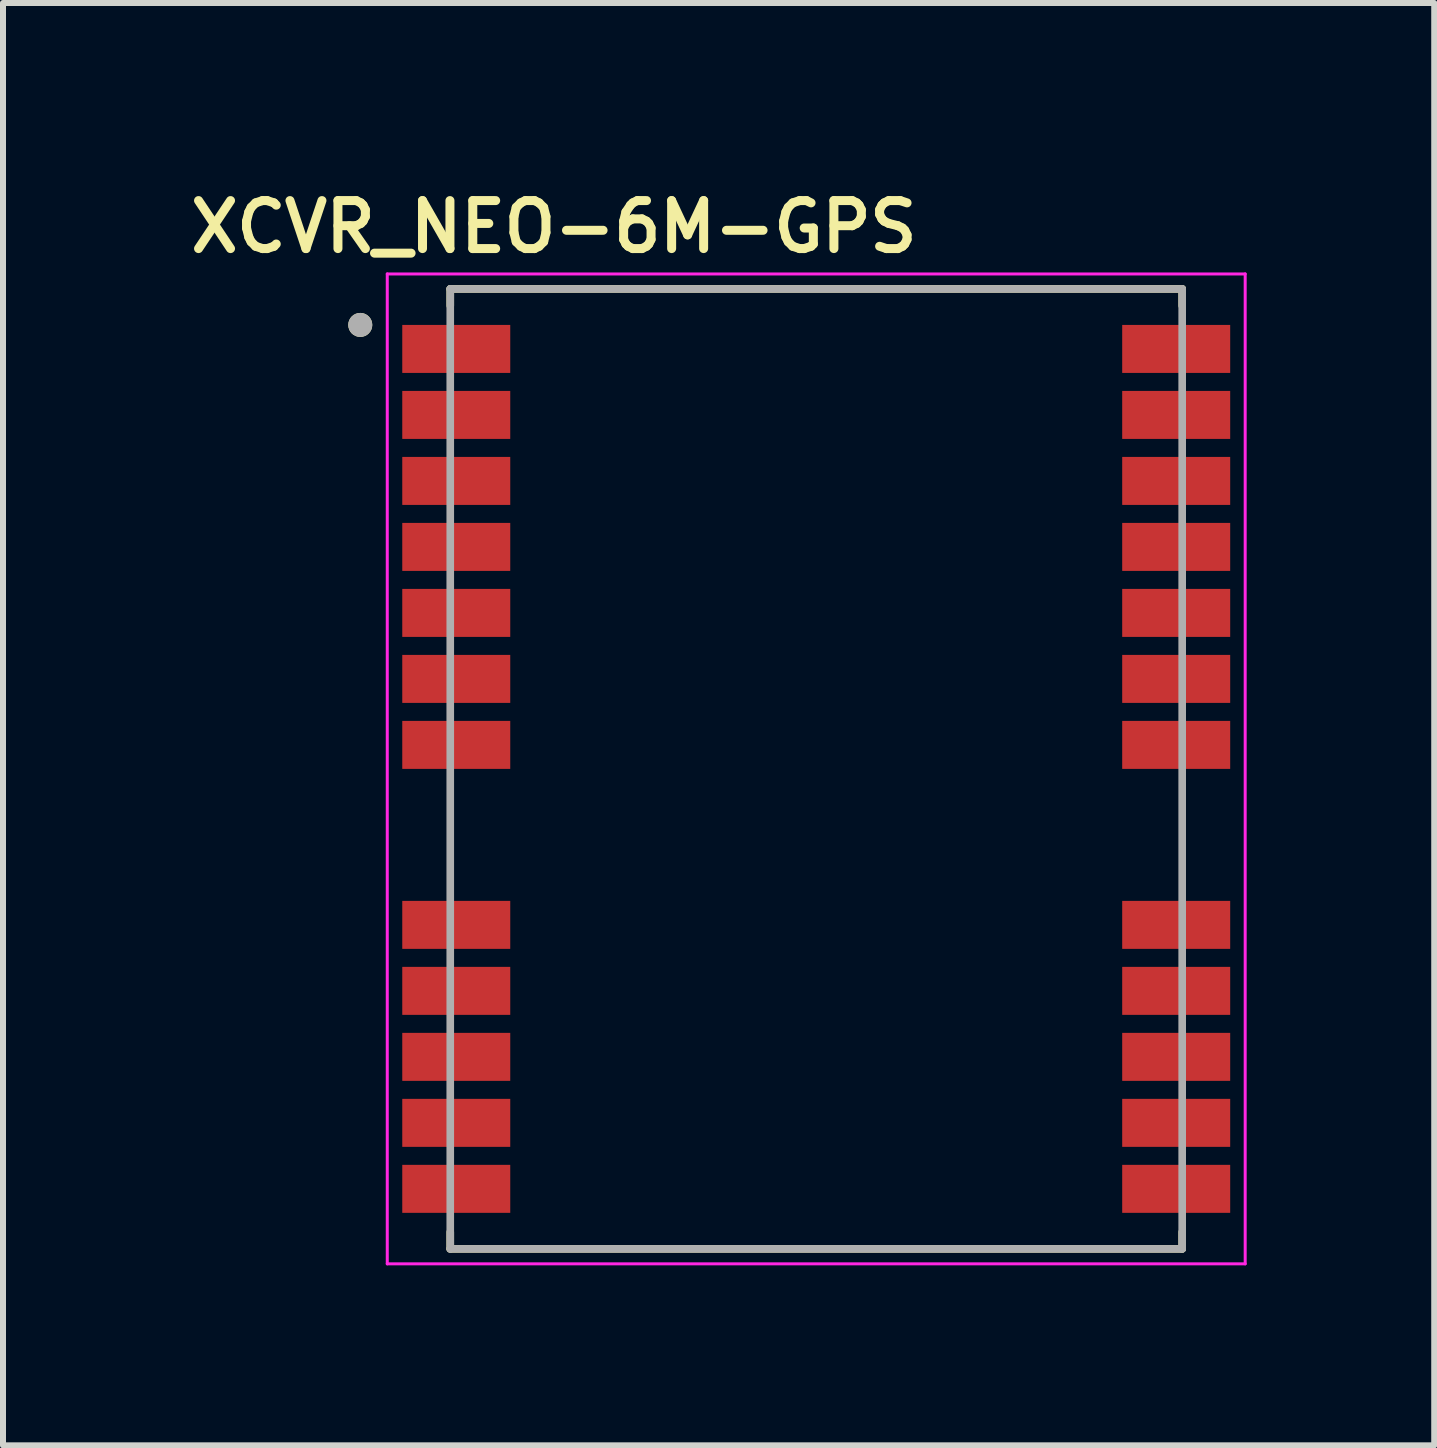
<source format=kicad_pcb>
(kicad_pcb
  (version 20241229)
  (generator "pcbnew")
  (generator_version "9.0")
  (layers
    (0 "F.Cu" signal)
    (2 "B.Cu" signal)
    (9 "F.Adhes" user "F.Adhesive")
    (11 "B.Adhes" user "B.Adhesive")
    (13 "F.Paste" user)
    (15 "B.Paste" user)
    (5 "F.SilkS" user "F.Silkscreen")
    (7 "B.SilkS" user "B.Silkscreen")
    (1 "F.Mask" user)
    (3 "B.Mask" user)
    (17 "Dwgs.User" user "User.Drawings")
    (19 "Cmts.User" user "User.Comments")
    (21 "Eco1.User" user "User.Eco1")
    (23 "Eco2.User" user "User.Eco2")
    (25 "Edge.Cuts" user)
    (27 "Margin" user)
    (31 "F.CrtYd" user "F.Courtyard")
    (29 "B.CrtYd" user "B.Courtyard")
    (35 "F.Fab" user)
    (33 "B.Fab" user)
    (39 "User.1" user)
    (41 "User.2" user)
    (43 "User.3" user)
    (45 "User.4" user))
  (footprint "XCVR_NEO-6M-GPS"
    (layer "F.Cu")
    (at 10.555 9.766)
    (property "Reference" "XCVR_NEO-6M-GPS" (at -4.372 -9.035 0) (layer "F.SilkS") (effects (font (size 0.8 0.8) (thickness 0.15))))
    (attr smd)
    (fp_line (start -6.1 -8) (end 6.1 -8) (stroke (width 0.127) (type solid)) (layer "F.SilkS"))
    (fp_line (start -6.1 -7.72) (end -6.1 -8) (stroke (width 0.127) (type solid)) (layer "F.SilkS"))
    (fp_line (start -6.1 7.72) (end -6.1 8) (stroke (width 0.127) (type solid)) (layer "F.SilkS"))
    (fp_line (start -6.1 8) (end 6.1 8) (stroke (width 0.127) (type solid)) (layer "F.SilkS"))
    (fp_line (start 6.1 -8) (end 6.1 -7.72) (stroke (width 0.127) (type solid)) (layer "F.SilkS"))
    (fp_line (start 6.1 8) (end 6.1 7.72) (stroke (width 0.127) (type solid)) (layer "F.SilkS"))
    (fp_circle (center -7.6 -7.4) (end -7.5 -7.4) (stroke (width 0.2) (type solid)) (fill no) (layer "F.SilkS"))
    (fp_poly (pts (xy -7.3 -6.6) (xy -6.1 -6.6) (xy -6.1 -6.7) (xy -5.2 -6.7) (xy -5.2 -7.3) (xy -6.1 -7.3) (xy -6.1 -7.4) (xy -7.3 -7.4)) (stroke (width 0.0001) (type solid)) (fill yes) (layer "F.Paste"))
    (fp_poly (pts (xy -7.3 -5.5) (xy -6.1 -5.5) (xy -6.1 -5.6) (xy -5.2 -5.6) (xy -5.2 -6.2) (xy -6.1 -6.2) (xy -6.1 -6.3) (xy -7.3 -6.3)) (stroke (width 0.0001) (type solid)) (fill yes) (layer "F.Paste"))
    (fp_poly (pts (xy -7.3 -4.4) (xy -6.1 -4.4) (xy -6.1 -4.5) (xy -5.2 -4.5) (xy -5.2 -5.1) (xy -6.1 -5.1) (xy -6.1 -5.2) (xy -7.3 -5.2)) (stroke (width 0.0001) (type solid)) (fill yes) (layer "F.Paste"))
    (fp_poly (pts (xy -7.3 -3.3) (xy -6.1 -3.3) (xy -6.1 -3.4) (xy -5.2 -3.4) (xy -5.2 -4) (xy -6.1 -4) (xy -6.1 -4.1) (xy -7.3 -4.1)) (stroke (width 0.0001) (type solid)) (fill yes) (layer "F.Paste"))
    (fp_poly (pts (xy -7.3 -2.2) (xy -6.1 -2.2) (xy -6.1 -2.3) (xy -5.2 -2.3) (xy -5.2 -2.9) (xy -6.1 -2.9) (xy -6.1 -3) (xy -7.3 -3)) (stroke (width 0.0001) (type solid)) (fill yes) (layer "F.Paste"))
    (fp_poly (pts (xy -7.3 -1.1) (xy -6.1 -1.1) (xy -6.1 -1.2) (xy -5.2 -1.2) (xy -5.2 -1.8) (xy -6.1 -1.8) (xy -6.1 -1.9) (xy -7.3 -1.9)) (stroke (width 0.0001) (type solid)) (fill yes) (layer "F.Paste"))
    (fp_poly (pts (xy -7.3 0) (xy -6.1 0) (xy -6.1 -0.1) (xy -5.2 -0.1) (xy -5.2 -0.7) (xy -6.1 -0.7) (xy -6.1 -0.8) (xy -7.3 -0.8)) (stroke (width 0.0001) (type solid)) (fill yes) (layer "F.Paste"))
    (fp_poly (pts (xy -7.3 2.2) (xy -6.1 2.2) (xy -6.1 2.3) (xy -5.2 2.3) (xy -5.2 2.9) (xy -6.1 2.9) (xy -6.1 3) (xy -7.3 3)) (stroke (width 0.0001) (type solid)) (fill yes) (layer "F.Paste"))
    (fp_poly (pts (xy -7.3 3.3) (xy -6.1 3.3) (xy -6.1 3.4) (xy -5.2 3.4) (xy -5.2 4) (xy -6.1 4) (xy -6.1 4.1) (xy -7.3 4.1)) (stroke (width 0.0001) (type solid)) (fill yes) (layer "F.Paste"))
    (fp_poly (pts (xy -7.3 4.4) (xy -6.1 4.4) (xy -6.1 4.5) (xy -5.2 4.5) (xy -5.2 5.1) (xy -6.1 5.1) (xy -6.1 5.2) (xy -7.3 5.2)) (stroke (width 0.0001) (type solid)) (fill yes) (layer "F.Paste"))
    (fp_poly (pts (xy -7.3 5.5) (xy -6.1 5.5) (xy -6.1 5.6) (xy -5.2 5.6) (xy -5.2 6.2) (xy -6.1 6.2) (xy -6.1 6.3) (xy -7.3 6.3)) (stroke (width 0.0001) (type solid)) (fill yes) (layer "F.Paste"))
    (fp_poly (pts (xy -7.3 6.6) (xy -6.1 6.6) (xy -6.1 6.7) (xy -5.2 6.7) (xy -5.2 7.3) (xy -6.1 7.3) (xy -6.1 7.4) (xy -7.3 7.4)) (stroke (width 0.0001) (type solid)) (fill yes) (layer "F.Paste"))
    (fp_poly (pts (xy 7.3 -6.6) (xy 6.1 -6.6) (xy 6.1 -6.7) (xy 5.2 -6.7) (xy 5.2 -7.3) (xy 6.1 -7.3) (xy 6.1 -7.4) (xy 7.3 -7.4)) (stroke (width 0.0001) (type solid)) (fill yes) (layer "F.Paste"))
    (fp_poly (pts (xy 7.3 -5.5) (xy 6.1 -5.5) (xy 6.1 -5.6) (xy 5.2 -5.6) (xy 5.2 -6.2) (xy 6.1 -6.2) (xy 6.1 -6.3) (xy 7.3 -6.3)) (stroke (width 0.0001) (type solid)) (fill yes) (layer "F.Paste"))
    (fp_poly (pts (xy 7.3 -4.4) (xy 6.1 -4.4) (xy 6.1 -4.5) (xy 5.2 -4.5) (xy 5.2 -5.1) (xy 6.1 -5.1) (xy 6.1 -5.2) (xy 7.3 -5.2)) (stroke (width 0.0001) (type solid)) (fill yes) (layer "F.Paste"))
    (fp_poly (pts (xy 7.3 -3.3) (xy 6.1 -3.3) (xy 6.1 -3.4) (xy 5.2 -3.4) (xy 5.2 -4) (xy 6.1 -4) (xy 6.1 -4.1) (xy 7.3 -4.1)) (stroke (width 0.0001) (type solid)) (fill yes) (layer "F.Paste"))
    (fp_poly (pts (xy 7.3 -2.2) (xy 6.1 -2.2) (xy 6.1 -2.3) (xy 5.2 -2.3) (xy 5.2 -2.9) (xy 6.1 -2.9) (xy 6.1 -3) (xy 7.3 -3)) (stroke (width 0.0001) (type solid)) (fill yes) (layer "F.Paste"))
    (fp_poly (pts (xy 7.3 -1.1) (xy 6.1 -1.1) (xy 6.1 -1.2) (xy 5.2 -1.2) (xy 5.2 -1.8) (xy 6.1 -1.8) (xy 6.1 -1.9) (xy 7.3 -1.9)) (stroke (width 0.0001) (type solid)) (fill yes) (layer "F.Paste"))
    (fp_poly (pts (xy 7.3 0) (xy 6.1 0) (xy 6.1 -0.1) (xy 5.2 -0.1) (xy 5.2 -0.7) (xy 6.1 -0.7) (xy 6.1 -0.8) (xy 7.3 -0.8)) (stroke (width 0.0001) (type solid)) (fill yes) (layer "F.Paste"))
    (fp_poly (pts (xy 7.3 2.2) (xy 6.1 2.2) (xy 6.1 2.3) (xy 5.2 2.3) (xy 5.2 2.9) (xy 6.1 2.9) (xy 6.1 3) (xy 7.3 3)) (stroke (width 0.0001) (type solid)) (fill yes) (layer "F.Paste"))
    (fp_poly (pts (xy 7.3 3.3) (xy 6.1 3.3) (xy 6.1 3.4) (xy 5.2 3.4) (xy 5.2 4) (xy 6.1 4) (xy 6.1 4.1) (xy 7.3 4.1)) (stroke (width 0.0001) (type solid)) (fill yes) (layer "F.Paste"))
    (fp_poly (pts (xy 7.3 4.4) (xy 6.1 4.4) (xy 6.1 4.5) (xy 5.2 4.5) (xy 5.2 5.1) (xy 6.1 5.1) (xy 6.1 5.2) (xy 7.3 5.2)) (stroke (width 0.0001) (type solid)) (fill yes) (layer "F.Paste"))
    (fp_poly (pts (xy 7.3 5.5) (xy 6.1 5.5) (xy 6.1 5.6) (xy 5.2 5.6) (xy 5.2 6.2) (xy 6.1 6.2) (xy 6.1 6.3) (xy 7.3 6.3)) (stroke (width 0.0001) (type solid)) (fill yes) (layer "F.Paste"))
    (fp_poly (pts (xy 7.3 6.6) (xy 6.1 6.6) (xy 6.1 6.7) (xy 5.2 6.7) (xy 5.2 7.3) (xy 6.1 7.3) (xy 6.1 7.4) (xy 7.3 7.4)) (stroke (width 0.0001) (type solid)) (fill yes) (layer "F.Paste"))
    (fp_line (start -7.15 -8.25) (end 7.15 -8.25) (stroke (width 0.05) (type solid)) (layer "F.CrtYd"))
    (fp_line (start -7.15 8.25) (end -7.15 -8.25) (stroke (width 0.05) (type solid)) (layer "F.CrtYd"))
    (fp_line (start 7.15 -8.25) (end 7.15 8.25) (stroke (width 0.05) (type solid)) (layer "F.CrtYd"))
    (fp_line (start 7.15 8.25) (end -7.15 8.25) (stroke (width 0.05) (type solid)) (layer "F.CrtYd"))
    (fp_line (start -6.1 -8) (end 6.1 -8) (stroke (width 0.127) (type solid)) (layer "F.Fab"))
    (fp_line (start -6.1 8) (end -6.1 -8) (stroke (width 0.127) (type solid)) (layer "F.Fab"))
    (fp_line (start 6.1 -8) (end 6.1 8) (stroke (width 0.127) (type solid)) (layer "F.Fab"))
    (fp_line (start 6.1 8) (end -6.1 8) (stroke (width 0.127) (type solid)) (layer "F.Fab"))
    (fp_circle (center -7.6 -7.4) (end -7.5 -7.4) (stroke (width 0.2) (type solid)) (fill no) (layer "F.Fab"))
    (pad "1" smd rect (at -6 -7 180) (size 1.8 0.8) (layers "F.Cu" "F.Mask"))
    (pad "2" smd rect (at -6 -5.9 180) (size 1.8 0.8) (layers "F.Cu" "F.Mask"))
    (pad "3" smd rect (at -6 -4.8 180) (size 1.8 0.8) (layers "F.Cu" "F.Mask"))
    (pad "4" smd rect (at -6 -3.7 180) (size 1.8 0.8) (layers "F.Cu" "F.Mask"))
    (pad "5" smd rect (at -6 -2.6 180) (size 1.8 0.8) (layers "F.Cu" "F.Mask"))
    (pad "6" smd rect (at -6 -1.5 180) (size 1.8 0.8) (layers "F.Cu" "F.Mask"))
    (pad "7" smd rect (at -6 -0.4 180) (size 1.8 0.8) (layers "F.Cu" "F.Mask"))
    (pad "8" smd rect (at -6 2.6 180) (size 1.8 0.8) (layers "F.Cu" "F.Mask"))
    (pad "9" smd rect (at -6 3.7 180) (size 1.8 0.8) (layers "F.Cu" "F.Mask"))
    (pad "10" smd rect (at -6 4.8 180) (size 1.8 0.8) (layers "F.Cu" "F.Mask"))
    (pad "11" smd rect (at -6 5.9 180) (size 1.8 0.8) (layers "F.Cu" "F.Mask"))
    (pad "12" smd rect (at -6 7 180) (size 1.8 0.8) (layers "F.Cu" "F.Mask"))
    (pad "13" smd rect (at 6 7 180) (size 1.8 0.8) (layers "F.Cu" "F.Mask"))
    (pad "14" smd rect (at 6 5.9 180) (size 1.8 0.8) (layers "F.Cu" "F.Mask"))
    (pad "15" smd rect (at 6 4.8 180) (size 1.8 0.8) (layers "F.Cu" "F.Mask"))
    (pad "16" smd rect (at 6 3.7 180) (size 1.8 0.8) (layers "F.Cu" "F.Mask"))
    (pad "17" smd rect (at 6 2.6 180) (size 1.8 0.8) (layers "F.Cu" "F.Mask"))
    (pad "18" smd rect (at 6 -0.4 180) (size 1.8 0.8) (layers "F.Cu" "F.Mask"))
    (pad "19" smd rect (at 6 -1.5 180) (size 1.8 0.8) (layers "F.Cu" "F.Mask"))
    (pad "20" smd rect (at 6 -2.6 180) (size 1.8 0.8) (layers "F.Cu" "F.Mask"))
    (pad "21" smd rect (at 6 -3.7 180) (size 1.8 0.8) (layers "F.Cu" "F.Mask"))
    (pad "22" smd rect (at 6 -4.8 180) (size 1.8 0.8) (layers "F.Cu" "F.Mask"))
    (pad "23" smd rect (at 6 -5.9 180) (size 1.8 0.8) (layers "F.Cu" "F.Mask"))
    (pad "24" smd rect (at 6 -7 180) (size 1.8 0.8) (layers "F.Cu" "F.Mask")))
  (gr_rect
    (start -3 -3)
    (end 20.856 21.041)
    (stroke (width 0.1) (type default))
    (fill no)
    (layer "Edge.Cuts")))
</source>
